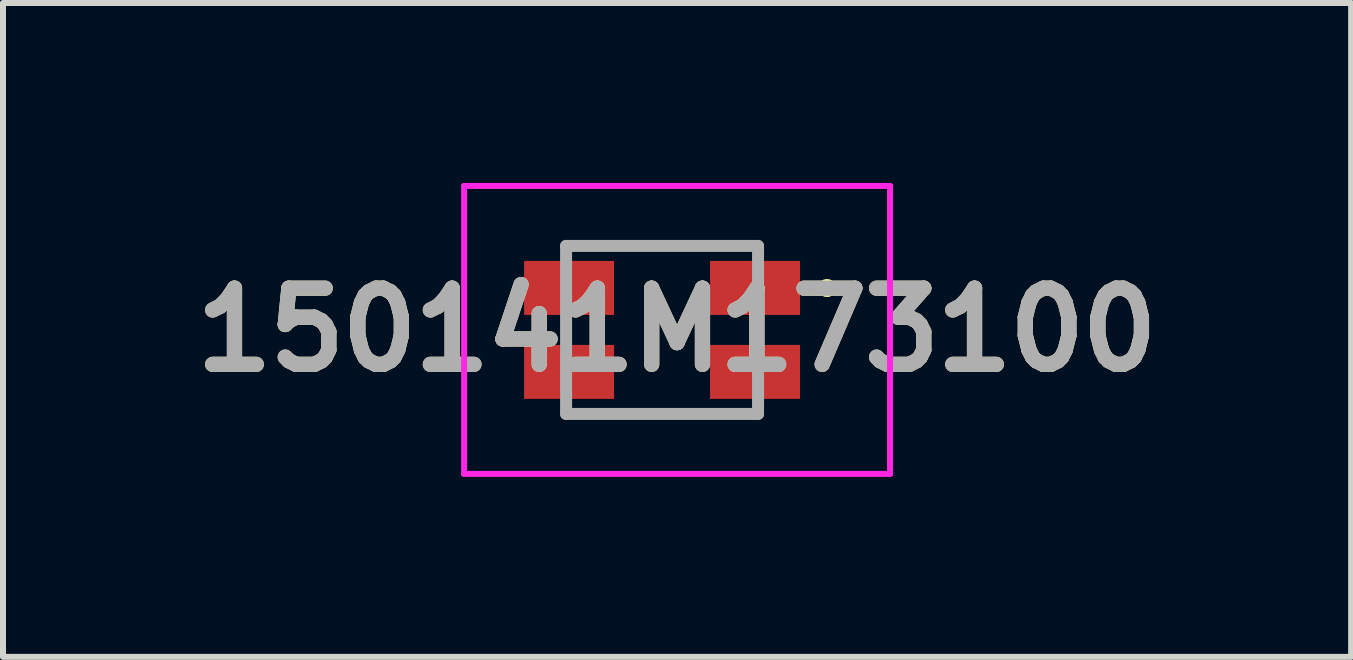
<source format=kicad_pcb>
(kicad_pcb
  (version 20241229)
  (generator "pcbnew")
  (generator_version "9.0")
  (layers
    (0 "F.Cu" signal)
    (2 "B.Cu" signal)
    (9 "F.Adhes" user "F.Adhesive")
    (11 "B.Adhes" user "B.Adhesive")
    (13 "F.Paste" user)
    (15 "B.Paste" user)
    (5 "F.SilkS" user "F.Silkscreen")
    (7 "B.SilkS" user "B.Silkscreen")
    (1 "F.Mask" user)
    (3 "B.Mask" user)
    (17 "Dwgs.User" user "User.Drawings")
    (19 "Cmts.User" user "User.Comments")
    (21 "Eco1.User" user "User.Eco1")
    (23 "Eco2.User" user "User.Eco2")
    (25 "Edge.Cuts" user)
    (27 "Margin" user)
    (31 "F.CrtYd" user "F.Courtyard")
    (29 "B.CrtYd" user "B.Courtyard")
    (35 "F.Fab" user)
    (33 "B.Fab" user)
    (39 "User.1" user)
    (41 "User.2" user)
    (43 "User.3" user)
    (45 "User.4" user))
  (footprint "150141M173100"
    (layer "F.Cu")
    (at 7.987 2.45)
    (property "Reference" "150141M173100" (at 0.25 0 0) (layer "F.SilkS") (effects (font (size 1.27 1.27) (thickness 0.254))))
    (attr smd)
    (fp_line (start -0.25 -1.4) (end -0.25 -1.4) (stroke (width 0.1) (type solid)) (layer "F.SilkS"))
    (fp_line (start -0.25 -1.4) (end 0.25 -1.4) (stroke (width 0.1) (type solid)) (layer "F.SilkS"))
    (fp_line (start -0.25 1.4) (end -0.25 1.4) (stroke (width 0.1) (type solid)) (layer "F.SilkS"))
    (fp_line (start -0.25 1.4) (end 0.25 1.4) (stroke (width 0.1) (type solid)) (layer "F.SilkS"))
    (fp_line (start 0.25 -1.4) (end -0.25 -1.4) (stroke (width 0.1) (type solid)) (layer "F.SilkS"))
    (fp_line (start 0.25 -1.4) (end 0.25 -1.4) (stroke (width 0.1) (type solid)) (layer "F.SilkS"))
    (fp_line (start 0.25 1.4) (end -0.25 1.4) (stroke (width 0.1) (type solid)) (layer "F.SilkS"))
    (fp_line (start 0.25 1.4) (end 0.25 1.4) (stroke (width 0.1) (type solid)) (layer "F.SilkS"))
    (fp_line (start 2.7 -0.7) (end 2.7 -0.7) (stroke (width 0.2) (type solid)) (layer "F.SilkS"))
    (fp_line (start 2.7 -0.7) (end 2.7 -0.7) (stroke (width 0.2) (type solid)) (layer "F.SilkS"))
    (fp_line (start 2.8 -0.7) (end 2.8 -0.7) (stroke (width 0.2) (type solid)) (layer "F.SilkS"))
    (fp_arc (start 2.7 -0.7) (mid 2.75 -0.75) (end 2.8 -0.7) (stroke (width 0.2) (type solid)) (layer "F.SilkS"))
    (fp_arc (start 2.8 -0.7) (mid 2.75 -0.65) (end 2.7 -0.7) (stroke (width 0.2) (type solid)) (layer "F.SilkS"))
    (fp_arc (start 2.8 -0.7) (mid 2.75 -0.65) (end 2.7 -0.7) (stroke (width 0.2) (type solid)) (layer "F.SilkS"))
    (fp_line (start -3.3 -2.4) (end 3.8 -2.4) (stroke (width 0.1) (type solid)) (layer "F.CrtYd"))
    (fp_line (start -3.3 2.4) (end -3.3 -2.4) (stroke (width 0.1) (type solid)) (layer "F.CrtYd"))
    (fp_line (start 3.8 -2.4) (end 3.8 2.4) (stroke (width 0.1) (type solid)) (layer "F.CrtYd"))
    (fp_line (start 3.8 2.4) (end -3.3 2.4) (stroke (width 0.1) (type solid)) (layer "F.CrtYd"))
    (fp_line (start -1.6 -1.4) (end -1.6 1.4) (stroke (width 0.2) (type solid)) (layer "F.Fab"))
    (fp_line (start -1.6 1.4) (end 1.6 1.4) (stroke (width 0.2) (type solid)) (layer "F.Fab"))
    (fp_line (start 1.6 -1.4) (end -1.6 -1.4) (stroke (width 0.2) (type solid)) (layer "F.Fab"))
    (fp_line (start 1.6 1.4) (end 1.6 -1.4) (stroke (width 0.2) (type solid)) (layer "F.Fab"))
    (fp_text user "${REFERENCE}" (at 0.25 0 0) (layer "F.Fab") (effects (font (size 1.27 1.27) (thickness 0.254))))
    (pad "1" smd rect (at 1.55 -0.7 90) (size 0.9 1.5) (layers "F.Cu" "F.Mask" "F.Paste"))
    (pad "2" smd rect (at 1.55 0.7 90) (size 0.9 1.5) (layers "F.Cu" "F.Mask" "F.Paste"))
    (pad "3" smd rect (at -1.55 -0.7 90) (size 0.9 1.5) (layers "F.Cu" "F.Mask" "F.Paste"))
    (pad "4" smd rect (at -1.55 0.7 90) (size 0.9 1.5) (layers "F.Cu" "F.Mask" "F.Paste")))
  (gr_rect
    (start -3 -3)
    (end 19.474 7.9)
    (stroke (width 0.1) (type default))
    (fill no)
    (layer "Edge.Cuts")))
</source>
